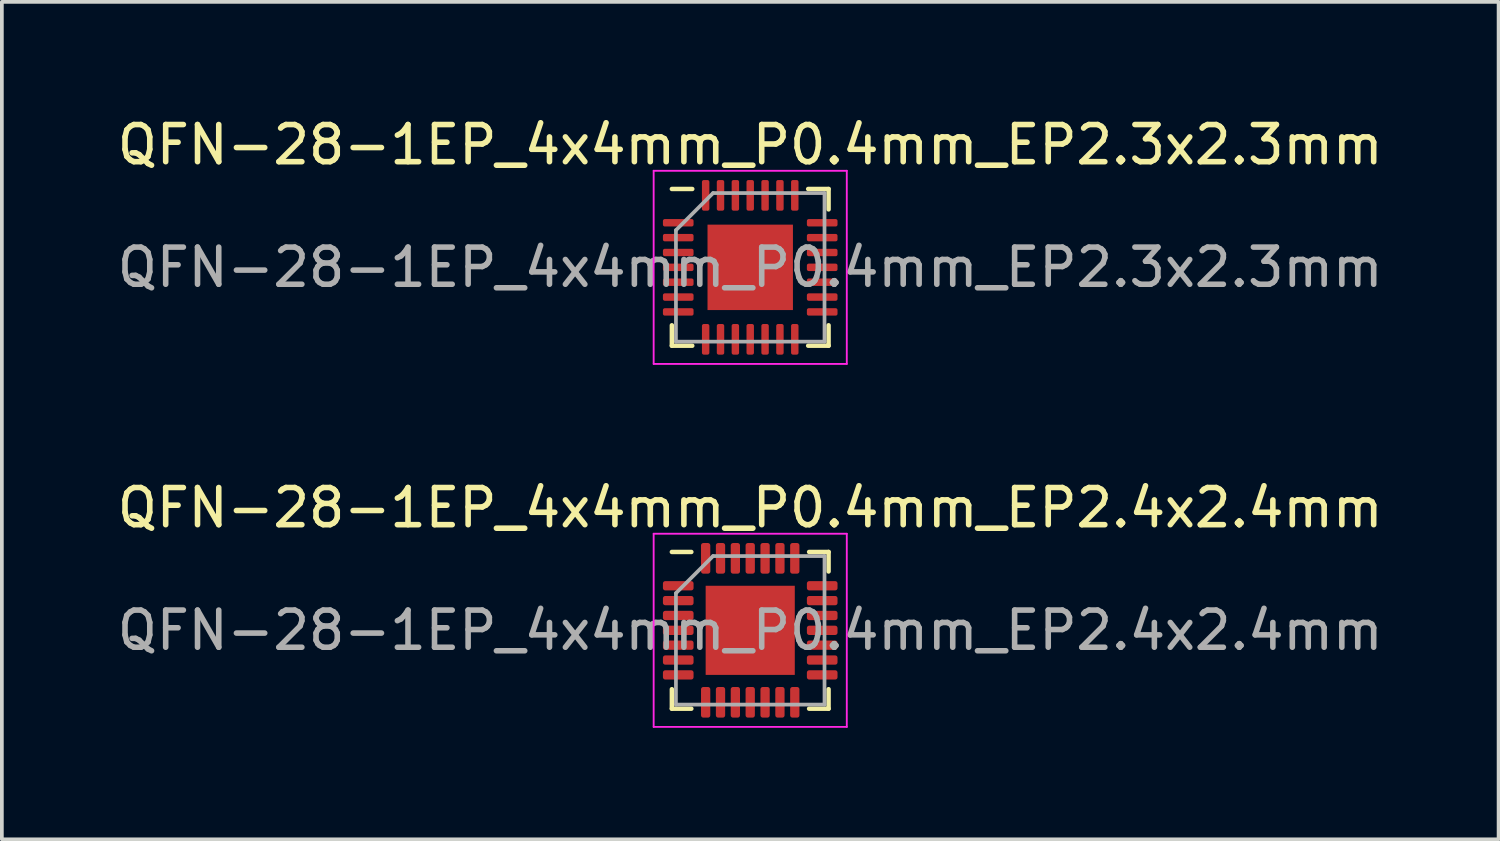
<source format=kicad_pcb>
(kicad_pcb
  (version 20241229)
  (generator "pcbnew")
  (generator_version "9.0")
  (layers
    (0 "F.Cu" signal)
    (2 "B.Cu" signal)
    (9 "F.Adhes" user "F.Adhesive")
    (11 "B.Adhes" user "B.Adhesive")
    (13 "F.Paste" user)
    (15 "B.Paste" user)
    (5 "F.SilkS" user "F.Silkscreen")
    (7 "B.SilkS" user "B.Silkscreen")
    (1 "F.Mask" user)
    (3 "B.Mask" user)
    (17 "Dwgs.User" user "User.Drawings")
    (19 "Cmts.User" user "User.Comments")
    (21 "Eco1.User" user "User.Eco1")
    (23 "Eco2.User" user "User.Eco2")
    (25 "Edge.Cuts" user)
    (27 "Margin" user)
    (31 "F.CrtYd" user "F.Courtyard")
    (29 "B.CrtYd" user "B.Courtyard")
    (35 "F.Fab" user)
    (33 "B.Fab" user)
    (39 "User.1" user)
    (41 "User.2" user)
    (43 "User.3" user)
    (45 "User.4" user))
  (footprint "QFN-28-1EP_4x4mm_P0.4mm_EP2.3x2.3mm"
    (layer "F.Cu")
    (at 17.149 4.148)
    (property "Reference" "QFN-28-1EP_4x4mm_P0.4mm_EP2.3x2.3mm" (at 0 -3.3 0) (layer "F.SilkS") (effects (font (size 1 1) (thickness 0.15))))
    (attr smd)
    (fp_line (start -2.11 2.11) (end -2.11 1.56) (stroke (width 0.12) (type solid)) (layer "F.SilkS"))
    (fp_line (start -1.56 -2.11) (end -2.11 -2.11) (stroke (width 0.12) (type solid)) (layer "F.SilkS"))
    (fp_line (start -1.56 2.11) (end -2.11 2.11) (stroke (width 0.12) (type solid)) (layer "F.SilkS"))
    (fp_line (start 1.56 -2.11) (end 2.11 -2.11) (stroke (width 0.12) (type solid)) (layer "F.SilkS"))
    (fp_line (start 1.56 2.11) (end 2.11 2.11) (stroke (width 0.12) (type solid)) (layer "F.SilkS"))
    (fp_line (start 2.11 -2.11) (end 2.11 -1.56) (stroke (width 0.12) (type solid)) (layer "F.SilkS"))
    (fp_line (start 2.11 2.11) (end 2.11 1.56) (stroke (width 0.12) (type solid)) (layer "F.SilkS"))
    (fp_line (start -2.6 -2.6) (end -2.6 2.6) (stroke (width 0.05) (type solid)) (layer "F.CrtYd"))
    (fp_line (start -2.6 2.6) (end 2.6 2.6) (stroke (width 0.05) (type solid)) (layer "F.CrtYd"))
    (fp_line (start 2.6 -2.6) (end -2.6 -2.6) (stroke (width 0.05) (type solid)) (layer "F.CrtYd"))
    (fp_line (start 2.6 2.6) (end 2.6 -2.6) (stroke (width 0.05) (type solid)) (layer "F.CrtYd"))
    (fp_line (start -2 -1) (end -1 -2) (stroke (width 0.1) (type solid)) (layer "F.Fab"))
    (fp_line (start -2 2) (end -2 -1) (stroke (width 0.1) (type solid)) (layer "F.Fab"))
    (fp_line (start -1 -2) (end 2 -2) (stroke (width 0.1) (type solid)) (layer "F.Fab"))
    (fp_line (start 2 -2) (end 2 2) (stroke (width 0.1) (type solid)) (layer "F.Fab"))
    (fp_line (start 2 2) (end -2 2) (stroke (width 0.1) (type solid)) (layer "F.Fab"))
    (fp_text user "${REFERENCE}" (at 0 0 0) (layer "F.Fab") (effects (font (size 1 1) (thickness 0.15))))
    (pad "" smd roundrect (at -0.575 -0.575) (size 0.93 0.93) (layers "F.Paste") (roundrect_rratio 0.25))
    (pad "" smd roundrect (at -0.575 0.575) (size 0.93 0.93) (layers "F.Paste") (roundrect_rratio 0.25))
    (pad "" smd roundrect (at 0.575 -0.575) (size 0.93 0.93) (layers "F.Paste") (roundrect_rratio 0.25))
    (pad "" smd roundrect (at 0.575 0.575) (size 0.93 0.93) (layers "F.Paste") (roundrect_rratio 0.25))
    (pad "1" smd roundrect (at -1.938 -1.2) (size 0.825 0.2) (layers "F.Cu" "F.Mask" "F.Paste") (roundrect_rratio 0.25))
    (pad "2" smd roundrect (at -1.938 -0.8) (size 0.825 0.2) (layers "F.Cu" "F.Mask" "F.Paste") (roundrect_rratio 0.25))
    (pad "3" smd roundrect (at -1.938 -0.4) (size 0.825 0.2) (layers "F.Cu" "F.Mask" "F.Paste") (roundrect_rratio 0.25))
    (pad "4" smd roundrect (at -1.938 0) (size 0.825 0.2) (layers "F.Cu" "F.Mask" "F.Paste") (roundrect_rratio 0.25))
    (pad "5" smd roundrect (at -1.938 0.4) (size 0.825 0.2) (layers "F.Cu" "F.Mask" "F.Paste") (roundrect_rratio 0.25))
    (pad "6" smd roundrect (at -1.938 0.8) (size 0.825 0.2) (layers "F.Cu" "F.Mask" "F.Paste") (roundrect_rratio 0.25))
    (pad "7" smd roundrect (at -1.938 1.2) (size 0.825 0.2) (layers "F.Cu" "F.Mask" "F.Paste") (roundrect_rratio 0.25))
    (pad "8" smd roundrect (at -1.2 1.938) (size 0.2 0.825) (layers "F.Cu" "F.Mask" "F.Paste") (roundrect_rratio 0.25))
    (pad "9" smd roundrect (at -0.8 1.938) (size 0.2 0.825) (layers "F.Cu" "F.Mask" "F.Paste") (roundrect_rratio 0.25))
    (pad "10" smd roundrect (at -0.4 1.938) (size 0.2 0.825) (layers "F.Cu" "F.Mask" "F.Paste") (roundrect_rratio 0.25))
    (pad "11" smd roundrect (at 0 1.938) (size 0.2 0.825) (layers "F.Cu" "F.Mask" "F.Paste") (roundrect_rratio 0.25))
    (pad "12" smd roundrect (at 0.4 1.938) (size 0.2 0.825) (layers "F.Cu" "F.Mask" "F.Paste") (roundrect_rratio 0.25))
    (pad "13" smd roundrect (at 0.8 1.938) (size 0.2 0.825) (layers "F.Cu" "F.Mask" "F.Paste") (roundrect_rratio 0.25))
    (pad "14" smd roundrect (at 1.2 1.938) (size 0.2 0.825) (layers "F.Cu" "F.Mask" "F.Paste") (roundrect_rratio 0.25))
    (pad "15" smd roundrect (at 1.938 1.2) (size 0.825 0.2) (layers "F.Cu" "F.Mask" "F.Paste") (roundrect_rratio 0.25))
    (pad "16" smd roundrect (at 1.938 0.8) (size 0.825 0.2) (layers "F.Cu" "F.Mask" "F.Paste") (roundrect_rratio 0.25))
    (pad "17" smd roundrect (at 1.938 0.4) (size 0.825 0.2) (layers "F.Cu" "F.Mask" "F.Paste") (roundrect_rratio 0.25))
    (pad "18" smd roundrect (at 1.938 0) (size 0.825 0.2) (layers "F.Cu" "F.Mask" "F.Paste") (roundrect_rratio 0.25))
    (pad "19" smd roundrect (at 1.938 -0.4) (size 0.825 0.2) (layers "F.Cu" "F.Mask" "F.Paste") (roundrect_rratio 0.25))
    (pad "20" smd roundrect (at 1.938 -0.8) (size 0.825 0.2) (layers "F.Cu" "F.Mask" "F.Paste") (roundrect_rratio 0.25))
    (pad "21" smd roundrect (at 1.938 -1.2) (size 0.825 0.2) (layers "F.Cu" "F.Mask" "F.Paste") (roundrect_rratio 0.25))
    (pad "22" smd roundrect (at 1.2 -1.938) (size 0.2 0.825) (layers "F.Cu" "F.Mask" "F.Paste") (roundrect_rratio 0.25))
    (pad "23" smd roundrect (at 0.8 -1.938) (size 0.2 0.825) (layers "F.Cu" "F.Mask" "F.Paste") (roundrect_rratio 0.25))
    (pad "24" smd roundrect (at 0.4 -1.938) (size 0.2 0.825) (layers "F.Cu" "F.Mask" "F.Paste") (roundrect_rratio 0.25))
    (pad "25" smd roundrect (at 0 -1.938) (size 0.2 0.825) (layers "F.Cu" "F.Mask" "F.Paste") (roundrect_rratio 0.25))
    (pad "26" smd roundrect (at -0.4 -1.938) (size 0.2 0.825) (layers "F.Cu" "F.Mask" "F.Paste") (roundrect_rratio 0.25))
    (pad "27" smd roundrect (at -0.8 -1.938) (size 0.2 0.825) (layers "F.Cu" "F.Mask" "F.Paste") (roundrect_rratio 0.25))
    (pad "28" smd roundrect (at -1.2 -1.938) (size 0.2 0.825) (layers "F.Cu" "F.Mask" "F.Paste") (roundrect_rratio 0.25))
    (pad "29" smd rect (at 0 0) (size 2.3 2.3) (layers "F.Cu" "F.Mask")))
  (footprint "QFN-28-1EP_4x4mm_P0.4mm_EP2.4x2.4mm"
    (layer "F.Cu")
    (at 17.149 13.921)
    (property "Reference" "QFN-28-1EP_4x4mm_P0.4mm_EP2.4x2.4mm" (at 0 -3.3 0) (layer "F.SilkS") (effects (font (size 1 1) (thickness 0.15))))
    (attr smd)
    (fp_line (start -2.11 2.11) (end -2.11 1.585) (stroke (width 0.12) (type solid)) (layer "F.SilkS"))
    (fp_line (start -1.585 -2.11) (end -2.11 -2.11) (stroke (width 0.12) (type solid)) (layer "F.SilkS"))
    (fp_line (start -1.585 2.11) (end -2.11 2.11) (stroke (width 0.12) (type solid)) (layer "F.SilkS"))
    (fp_line (start 1.585 -2.11) (end 2.11 -2.11) (stroke (width 0.12) (type solid)) (layer "F.SilkS"))
    (fp_line (start 1.585 2.11) (end 2.11 2.11) (stroke (width 0.12) (type solid)) (layer "F.SilkS"))
    (fp_line (start 2.11 -2.11) (end 2.11 -1.585) (stroke (width 0.12) (type solid)) (layer "F.SilkS"))
    (fp_line (start 2.11 2.11) (end 2.11 1.585) (stroke (width 0.12) (type solid)) (layer "F.SilkS"))
    (fp_line (start -2.6 -2.6) (end -2.6 2.6) (stroke (width 0.05) (type solid)) (layer "F.CrtYd"))
    (fp_line (start -2.6 2.6) (end 2.6 2.6) (stroke (width 0.05) (type solid)) (layer "F.CrtYd"))
    (fp_line (start 2.6 -2.6) (end -2.6 -2.6) (stroke (width 0.05) (type solid)) (layer "F.CrtYd"))
    (fp_line (start 2.6 2.6) (end 2.6 -2.6) (stroke (width 0.05) (type solid)) (layer "F.CrtYd"))
    (fp_line (start -2 -1) (end -1 -2) (stroke (width 0.1) (type solid)) (layer "F.Fab"))
    (fp_line (start -2 2) (end -2 -1) (stroke (width 0.1) (type solid)) (layer "F.Fab"))
    (fp_line (start -1 -2) (end 2 -2) (stroke (width 0.1) (type solid)) (layer "F.Fab"))
    (fp_line (start 2 -2) (end 2 2) (stroke (width 0.1) (type solid)) (layer "F.Fab"))
    (fp_line (start 2 2) (end -2 2) (stroke (width 0.1) (type solid)) (layer "F.Fab"))
    (fp_text user "${REFERENCE}" (at 0 0 0) (layer "F.Fab") (effects (font (size 1 1) (thickness 0.15))))
    (pad "" smd roundrect (at -0.6 -0.6) (size 0.97 0.97) (layers "F.Paste") (roundrect_rratio 0.25))
    (pad "" smd roundrect (at -0.6 0.6) (size 0.97 0.97) (layers "F.Paste") (roundrect_rratio 0.25))
    (pad "" smd roundrect (at 0.6 -0.6) (size 0.97 0.97) (layers "F.Paste") (roundrect_rratio 0.25))
    (pad "" smd roundrect (at 0.6 0.6) (size 0.97 0.97) (layers "F.Paste") (roundrect_rratio 0.25))
    (pad "1" smd roundrect (at -1.938 -1.2) (size 0.825 0.25) (layers "F.Cu" "F.Mask" "F.Paste") (roundrect_rratio 0.25))
    (pad "2" smd roundrect (at -1.938 -0.8) (size 0.825 0.25) (layers "F.Cu" "F.Mask" "F.Paste") (roundrect_rratio 0.25))
    (pad "3" smd roundrect (at -1.938 -0.4) (size 0.825 0.25) (layers "F.Cu" "F.Mask" "F.Paste") (roundrect_rratio 0.25))
    (pad "4" smd roundrect (at -1.938 0) (size 0.825 0.25) (layers "F.Cu" "F.Mask" "F.Paste") (roundrect_rratio 0.25))
    (pad "5" smd roundrect (at -1.938 0.4) (size 0.825 0.25) (layers "F.Cu" "F.Mask" "F.Paste") (roundrect_rratio 0.25))
    (pad "6" smd roundrect (at -1.938 0.8) (size 0.825 0.25) (layers "F.Cu" "F.Mask" "F.Paste") (roundrect_rratio 0.25))
    (pad "7" smd roundrect (at -1.938 1.2) (size 0.825 0.25) (layers "F.Cu" "F.Mask" "F.Paste") (roundrect_rratio 0.25))
    (pad "8" smd roundrect (at -1.2 1.938) (size 0.25 0.825) (layers "F.Cu" "F.Mask" "F.Paste") (roundrect_rratio 0.25))
    (pad "9" smd roundrect (at -0.8 1.938) (size 0.25 0.825) (layers "F.Cu" "F.Mask" "F.Paste") (roundrect_rratio 0.25))
    (pad "10" smd roundrect (at -0.4 1.938) (size 0.25 0.825) (layers "F.Cu" "F.Mask" "F.Paste") (roundrect_rratio 0.25))
    (pad "11" smd roundrect (at 0 1.938) (size 0.25 0.825) (layers "F.Cu" "F.Mask" "F.Paste") (roundrect_rratio 0.25))
    (pad "12" smd roundrect (at 0.4 1.938) (size 0.25 0.825) (layers "F.Cu" "F.Mask" "F.Paste") (roundrect_rratio 0.25))
    (pad "13" smd roundrect (at 0.8 1.938) (size 0.25 0.825) (layers "F.Cu" "F.Mask" "F.Paste") (roundrect_rratio 0.25))
    (pad "14" smd roundrect (at 1.2 1.938) (size 0.25 0.825) (layers "F.Cu" "F.Mask" "F.Paste") (roundrect_rratio 0.25))
    (pad "15" smd roundrect (at 1.938 1.2) (size 0.825 0.25) (layers "F.Cu" "F.Mask" "F.Paste") (roundrect_rratio 0.25))
    (pad "16" smd roundrect (at 1.938 0.8) (size 0.825 0.25) (layers "F.Cu" "F.Mask" "F.Paste") (roundrect_rratio 0.25))
    (pad "17" smd roundrect (at 1.938 0.4) (size 0.825 0.25) (layers "F.Cu" "F.Mask" "F.Paste") (roundrect_rratio 0.25))
    (pad "18" smd roundrect (at 1.938 0) (size 0.825 0.25) (layers "F.Cu" "F.Mask" "F.Paste") (roundrect_rratio 0.25))
    (pad "19" smd roundrect (at 1.938 -0.4) (size 0.825 0.25) (layers "F.Cu" "F.Mask" "F.Paste") (roundrect_rratio 0.25))
    (pad "20" smd roundrect (at 1.938 -0.8) (size 0.825 0.25) (layers "F.Cu" "F.Mask" "F.Paste") (roundrect_rratio 0.25))
    (pad "21" smd roundrect (at 1.938 -1.2) (size 0.825 0.25) (layers "F.Cu" "F.Mask" "F.Paste") (roundrect_rratio 0.25))
    (pad "22" smd roundrect (at 1.2 -1.938) (size 0.25 0.825) (layers "F.Cu" "F.Mask" "F.Paste") (roundrect_rratio 0.25))
    (pad "23" smd roundrect (at 0.8 -1.938) (size 0.25 0.825) (layers "F.Cu" "F.Mask" "F.Paste") (roundrect_rratio 0.25))
    (pad "24" smd roundrect (at 0.4 -1.938) (size 0.25 0.825) (layers "F.Cu" "F.Mask" "F.Paste") (roundrect_rratio 0.25))
    (pad "25" smd roundrect (at 0 -1.938) (size 0.25 0.825) (layers "F.Cu" "F.Mask" "F.Paste") (roundrect_rratio 0.25))
    (pad "26" smd roundrect (at -0.4 -1.938) (size 0.25 0.825) (layers "F.Cu" "F.Mask" "F.Paste") (roundrect_rratio 0.25))
    (pad "27" smd roundrect (at -0.8 -1.938) (size 0.25 0.825) (layers "F.Cu" "F.Mask" "F.Paste") (roundrect_rratio 0.25))
    (pad "28" smd roundrect (at -1.2 -1.938) (size 0.25 0.825) (layers "F.Cu" "F.Mask" "F.Paste") (roundrect_rratio 0.25))
    (pad "29" smd rect (at 0 0) (size 2.4 2.4) (layers "F.Cu" "F.Mask")))
  (gr_rect
    (start -3 -3)
    (end 37.298 19.547)
    (stroke (width 0.1) (type default))
    (fill no)
    (layer "Edge.Cuts")))
</source>
